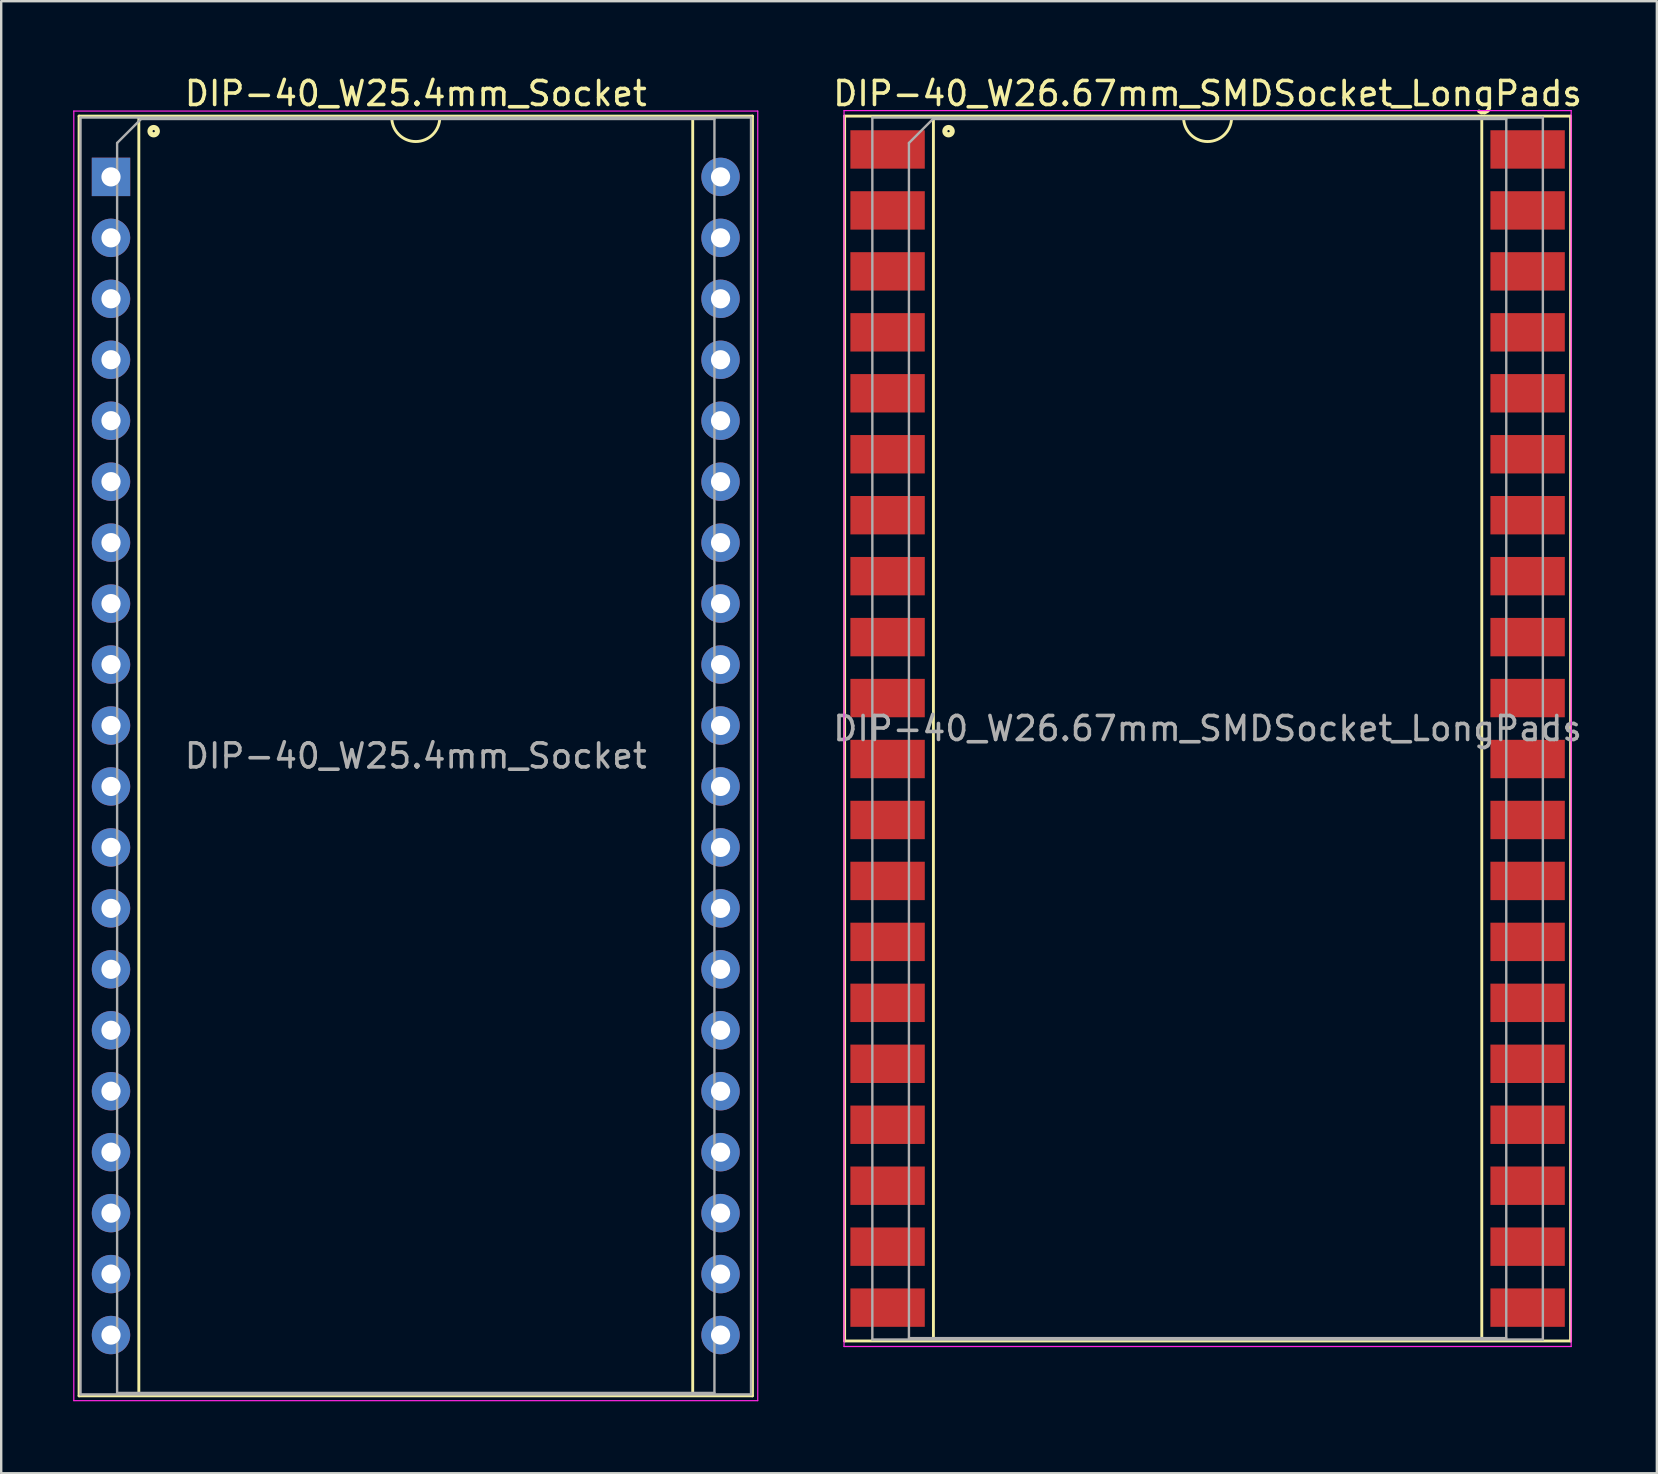
<source format=kicad_pcb>
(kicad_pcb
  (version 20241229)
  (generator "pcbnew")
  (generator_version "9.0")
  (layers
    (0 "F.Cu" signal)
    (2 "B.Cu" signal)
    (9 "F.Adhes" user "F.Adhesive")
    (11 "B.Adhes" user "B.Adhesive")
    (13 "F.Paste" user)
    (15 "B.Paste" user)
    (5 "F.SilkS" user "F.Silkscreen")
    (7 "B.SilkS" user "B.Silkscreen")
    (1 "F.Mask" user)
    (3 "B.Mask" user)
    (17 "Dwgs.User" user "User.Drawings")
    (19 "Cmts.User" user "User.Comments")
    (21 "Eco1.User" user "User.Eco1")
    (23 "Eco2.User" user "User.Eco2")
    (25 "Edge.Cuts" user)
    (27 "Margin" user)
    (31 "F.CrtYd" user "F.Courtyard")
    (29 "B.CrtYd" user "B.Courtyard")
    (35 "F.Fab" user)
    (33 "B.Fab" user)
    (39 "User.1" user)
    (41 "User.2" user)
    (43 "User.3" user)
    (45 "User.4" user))
  (footprint "DIP-40_W25.4mm_Socket"
    (layer "F.Cu")
    (at 1.575 4.321)
    (property "Reference" "DIP-40_W25.4mm_Socket" (at 12.7 -3.473 0) (layer "F.SilkS") (effects (font (size 1 1) (thickness 0.15))))
    (attr through_hole)
    (fp_line (start -1.33 -2.533) (end -1.33 50.793) (stroke (width 0.12) (type solid)) (layer "F.SilkS"))
    (fp_line (start -1.33 50.793) (end 26.73 50.793) (stroke (width 0.12) (type solid)) (layer "F.SilkS"))
    (fp_line (start 1.16 -2.473) (end 1.16 50.733) (stroke (width 0.12) (type solid)) (layer "F.SilkS"))
    (fp_line (start 1.16 50.733) (end 24.24 50.733) (stroke (width 0.12) (type solid)) (layer "F.SilkS"))
    (fp_line (start 11.7 -2.473) (end 1.16 -2.473) (stroke (width 0.12) (type solid)) (layer "F.SilkS"))
    (fp_line (start 24.24 -2.473) (end 13.7 -2.473) (stroke (width 0.12) (type solid)) (layer "F.SilkS"))
    (fp_line (start 24.24 50.733) (end 24.24 -2.473) (stroke (width 0.12) (type solid)) (layer "F.SilkS"))
    (fp_line (start 26.73 -2.533) (end -1.33 -2.533) (stroke (width 0.12) (type solid)) (layer "F.SilkS"))
    (fp_line (start 26.73 50.793) (end 26.73 -2.533) (stroke (width 0.12) (type solid)) (layer "F.SilkS"))
    (fp_arc (start 13.7 -2.473) (mid 12.7 -1.473) (end 11.7 -2.473) (stroke (width 0.12) (type solid)) (layer "F.SilkS"))
    (fp_circle (center 1.778 -1.905) (end 1.828 -1.905) (stroke (width 0.12) (type solid)) (fill no) (layer "F.SilkS"))
    (fp_circle (center 1.778 -1.905) (end 1.903 -1.905) (stroke (width 0.12) (type solid)) (fill no) (layer "F.SilkS"))
    (fp_circle (center 1.778 -1.905) (end 1.978 -1.905) (stroke (width 0.12) (type solid)) (fill no) (layer "F.SilkS"))
    (fp_line (start -1.55 -2.743) (end -1.55 50.993) (stroke (width 0.05) (type solid)) (layer "F.CrtYd"))
    (fp_line (start -1.55 50.993) (end 26.95 50.993) (stroke (width 0.05) (type solid)) (layer "F.CrtYd"))
    (fp_line (start 26.95 -2.743) (end -1.55 -2.743) (stroke (width 0.05) (type solid)) (layer "F.CrtYd"))
    (fp_line (start 26.95 50.993) (end 26.95 -2.743) (stroke (width 0.05) (type solid)) (layer "F.CrtYd"))
    (fp_line (start -1.27 -2.473) (end -1.27 50.733) (stroke (width 0.1) (type solid)) (layer "F.Fab"))
    (fp_line (start -1.27 50.733) (end 26.67 50.733) (stroke (width 0.1) (type solid)) (layer "F.Fab"))
    (fp_line (start 0.255 -1.413) (end 1.255 -2.413) (stroke (width 0.1) (type solid)) (layer "F.Fab"))
    (fp_line (start 0.255 50.673) (end 0.255 -1.413) (stroke (width 0.1) (type solid)) (layer "F.Fab"))
    (fp_line (start 1.255 -2.413) (end 25.145 -2.413) (stroke (width 0.1) (type solid)) (layer "F.Fab"))
    (fp_line (start 25.145 -2.413) (end 25.145 50.673) (stroke (width 0.1) (type solid)) (layer "F.Fab"))
    (fp_line (start 25.145 50.673) (end 0.255 50.673) (stroke (width 0.1) (type solid)) (layer "F.Fab"))
    (fp_line (start 26.67 -2.473) (end -1.27 -2.473) (stroke (width 0.1) (type solid)) (layer "F.Fab"))
    (fp_line (start 26.67 50.733) (end 26.67 -2.473) (stroke (width 0.1) (type solid)) (layer "F.Fab"))
    (fp_text user "${REFERENCE}" (at 12.7 24.13 0) (layer "F.Fab") (effects (font (size 1 1) (thickness 0.15))))
    (pad "1" thru_hole rect (at 0 0) (size 1.6 1.6) (drill 0.8) (layers "*.Cu" "*.Mask"))
    (pad "2" thru_hole oval (at 0 2.54) (size 1.6 1.6) (drill 0.8) (layers "*.Cu" "*.Mask"))
    (pad "3" thru_hole oval (at 0 5.08) (size 1.6 1.6) (drill 0.8) (layers "*.Cu" "*.Mask"))
    (pad "4" thru_hole oval (at 0 7.62) (size 1.6 1.6) (drill 0.8) (layers "*.Cu" "*.Mask"))
    (pad "5" thru_hole oval (at 0 10.16) (size 1.6 1.6) (drill 0.8) (layers "*.Cu" "*.Mask"))
    (pad "6" thru_hole oval (at 0 12.7) (size 1.6 1.6) (drill 0.8) (layers "*.Cu" "*.Mask"))
    (pad "7" thru_hole oval (at 0 15.24) (size 1.6 1.6) (drill 0.8) (layers "*.Cu" "*.Mask"))
    (pad "8" thru_hole oval (at 0 17.78) (size 1.6 1.6) (drill 0.8) (layers "*.Cu" "*.Mask"))
    (pad "9" thru_hole oval (at 0 20.32) (size 1.6 1.6) (drill 0.8) (layers "*.Cu" "*.Mask"))
    (pad "10" thru_hole oval (at 0 22.86) (size 1.6 1.6) (drill 0.8) (layers "*.Cu" "*.Mask"))
    (pad "11" thru_hole oval (at 0 25.4) (size 1.6 1.6) (drill 0.8) (layers "*.Cu" "*.Mask"))
    (pad "12" thru_hole oval (at 0 27.94) (size 1.6 1.6) (drill 0.8) (layers "*.Cu" "*.Mask"))
    (pad "13" thru_hole oval (at 0 30.48) (size 1.6 1.6) (drill 0.8) (layers "*.Cu" "*.Mask"))
    (pad "14" thru_hole oval (at 0 33.02) (size 1.6 1.6) (drill 0.8) (layers "*.Cu" "*.Mask"))
    (pad "15" thru_hole oval (at 0 35.56) (size 1.6 1.6) (drill 0.8) (layers "*.Cu" "*.Mask"))
    (pad "16" thru_hole oval (at 0 38.1) (size 1.6 1.6) (drill 0.8) (layers "*.Cu" "*.Mask"))
    (pad "17" thru_hole oval (at 0 40.64) (size 1.6 1.6) (drill 0.8) (layers "*.Cu" "*.Mask"))
    (pad "18" thru_hole oval (at 0 43.18) (size 1.6 1.6) (drill 0.8) (layers "*.Cu" "*.Mask"))
    (pad "19" thru_hole oval (at 0 45.72) (size 1.6 1.6) (drill 0.8) (layers "*.Cu" "*.Mask"))
    (pad "20" thru_hole oval (at 0 48.26) (size 1.6 1.6) (drill 0.8) (layers "*.Cu" "*.Mask"))
    (pad "21" thru_hole oval (at 25.4 48.26) (size 1.6 1.6) (drill 0.8) (layers "*.Cu" "*.Mask"))
    (pad "22" thru_hole oval (at 25.4 45.72) (size 1.6 1.6) (drill 0.8) (layers "*.Cu" "*.Mask"))
    (pad "23" thru_hole oval (at 25.4 43.18) (size 1.6 1.6) (drill 0.8) (layers "*.Cu" "*.Mask"))
    (pad "24" thru_hole oval (at 25.4 40.64) (size 1.6 1.6) (drill 0.8) (layers "*.Cu" "*.Mask"))
    (pad "25" thru_hole oval (at 25.4 38.1) (size 1.6 1.6) (drill 0.8) (layers "*.Cu" "*.Mask"))
    (pad "26" thru_hole oval (at 25.4 35.56) (size 1.6 1.6) (drill 0.8) (layers "*.Cu" "*.Mask"))
    (pad "27" thru_hole oval (at 25.4 33.02) (size 1.6 1.6) (drill 0.8) (layers "*.Cu" "*.Mask"))
    (pad "28" thru_hole oval (at 25.4 30.48) (size 1.6 1.6) (drill 0.8) (layers "*.Cu" "*.Mask"))
    (pad "29" thru_hole oval (at 25.4 27.94) (size 1.6 1.6) (drill 0.8) (layers "*.Cu" "*.Mask"))
    (pad "30" thru_hole oval (at 25.4 25.4) (size 1.6 1.6) (drill 0.8) (layers "*.Cu" "*.Mask"))
    (pad "31" thru_hole oval (at 25.4 22.86) (size 1.6 1.6) (drill 0.8) (layers "*.Cu" "*.Mask"))
    (pad "32" thru_hole oval (at 25.4 20.32) (size 1.6 1.6) (drill 0.8) (layers "*.Cu" "*.Mask"))
    (pad "33" thru_hole oval (at 25.4 17.78) (size 1.6 1.6) (drill 0.8) (layers "*.Cu" "*.Mask"))
    (pad "34" thru_hole oval (at 25.4 15.24) (size 1.6 1.6) (drill 0.8) (layers "*.Cu" "*.Mask"))
    (pad "35" thru_hole oval (at 25.4 12.7) (size 1.6 1.6) (drill 0.8) (layers "*.Cu" "*.Mask"))
    (pad "36" thru_hole oval (at 25.4 10.16) (size 1.6 1.6) (drill 0.8) (layers "*.Cu" "*.Mask"))
    (pad "37" thru_hole oval (at 25.4 7.62) (size 1.6 1.6) (drill 0.8) (layers "*.Cu" "*.Mask"))
    (pad "38" thru_hole oval (at 25.4 5.08) (size 1.6 1.6) (drill 0.8) (layers "*.Cu" "*.Mask"))
    (pad "39" thru_hole oval (at 25.4 2.54) (size 1.6 1.6) (drill 0.8) (layers "*.Cu" "*.Mask"))
    (pad "40" thru_hole oval (at 25.4 0) (size 1.6 1.6) (drill 0.8) (layers "*.Cu" "*.Mask")))
  (footprint "DIP-40_W26.67mm_SMDSocket_LongPads"
    (layer "F.Cu")
    (at 47.27 27.308)
    (property "Reference" "DIP-40_W26.67mm_SMDSocket_LongPads" (at 0 -26.46 0) (layer "F.SilkS") (effects (font (size 1 1) (thickness 0.15))))
    (attr smd)
    (fp_line (start -15.125 -25.52) (end -15.125 25.52) (stroke (width 0.12) (type solid)) (layer "F.SilkS"))
    (fp_line (start -15.125 25.52) (end 15.125 25.52) (stroke (width 0.12) (type solid)) (layer "F.SilkS"))
    (fp_line (start -11.425 -25.46) (end -11.425 25.46) (stroke (width 0.12) (type solid)) (layer "F.SilkS"))
    (fp_line (start -11.425 25.46) (end 11.425 25.46) (stroke (width 0.12) (type solid)) (layer "F.SilkS"))
    (fp_line (start -1 -25.46) (end -11.425 -25.46) (stroke (width 0.12) (type solid)) (layer "F.SilkS"))
    (fp_line (start 11.425 -25.46) (end 1 -25.46) (stroke (width 0.12) (type solid)) (layer "F.SilkS"))
    (fp_line (start 11.425 25.46) (end 11.425 -25.46) (stroke (width 0.12) (type solid)) (layer "F.SilkS"))
    (fp_line (start 15.125 -25.52) (end -15.125 -25.52) (stroke (width 0.12) (type solid)) (layer "F.SilkS"))
    (fp_line (start 15.125 25.52) (end 15.125 -25.52) (stroke (width 0.12) (type solid)) (layer "F.SilkS"))
    (fp_arc (start 1 -25.46) (mid 0 -24.46) (end -1 -25.46) (stroke (width 0.12) (type solid)) (layer "F.SilkS"))
    (fp_circle (center -10.795 -24.892) (end -10.745 -24.892) (stroke (width 0.12) (type solid)) (fill no) (layer "F.SilkS"))
    (fp_circle (center -10.795 -24.892) (end -10.67 -24.892) (stroke (width 0.12) (type solid)) (fill no) (layer "F.SilkS"))
    (fp_circle (center -10.795 -24.892) (end -10.595 -24.892) (stroke (width 0.12) (type solid)) (fill no) (layer "F.SilkS"))
    (fp_line (start -15.15 -25.75) (end -15.15 25.75) (stroke (width 0.05) (type solid)) (layer "F.CrtYd"))
    (fp_line (start -15.15 25.75) (end 15.15 25.75) (stroke (width 0.05) (type solid)) (layer "F.CrtYd"))
    (fp_line (start 15.15 -25.75) (end -15.15 -25.75) (stroke (width 0.05) (type solid)) (layer "F.CrtYd"))
    (fp_line (start 15.15 25.75) (end 15.15 -25.75) (stroke (width 0.05) (type solid)) (layer "F.CrtYd"))
    (fp_line (start -13.97 -25.46) (end -13.97 25.46) (stroke (width 0.1) (type solid)) (layer "F.Fab"))
    (fp_line (start -13.97 25.46) (end 13.97 25.46) (stroke (width 0.1) (type solid)) (layer "F.Fab"))
    (fp_line (start -12.445 -24.4) (end -11.445 -25.4) (stroke (width 0.1) (type solid)) (layer "F.Fab"))
    (fp_line (start -12.445 25.4) (end -12.445 -24.4) (stroke (width 0.1) (type solid)) (layer "F.Fab"))
    (fp_line (start -11.445 -25.4) (end 12.445 -25.4) (stroke (width 0.1) (type solid)) (layer "F.Fab"))
    (fp_line (start 12.445 -25.4) (end 12.445 25.4) (stroke (width 0.1) (type solid)) (layer "F.Fab"))
    (fp_line (start 12.445 25.4) (end -12.445 25.4) (stroke (width 0.1) (type solid)) (layer "F.Fab"))
    (fp_line (start 13.97 -25.46) (end -13.97 -25.46) (stroke (width 0.1) (type solid)) (layer "F.Fab"))
    (fp_line (start 13.97 25.46) (end 13.97 -25.46) (stroke (width 0.1) (type solid)) (layer "F.Fab"))
    (fp_text user "${REFERENCE}" (at 0 0 0) (layer "F.Fab") (effects (font (size 1 1) (thickness 0.15))))
    (pad "1" smd rect (at -13.335 -24.13) (size 3.1 1.6) (layers "F.Cu" "F.Mask" "F.Paste"))
    (pad "2" smd rect (at -13.335 -21.59) (size 3.1 1.6) (layers "F.Cu" "F.Mask" "F.Paste"))
    (pad "3" smd rect (at -13.335 -19.05) (size 3.1 1.6) (layers "F.Cu" "F.Mask" "F.Paste"))
    (pad "4" smd rect (at -13.335 -16.51) (size 3.1 1.6) (layers "F.Cu" "F.Mask" "F.Paste"))
    (pad "5" smd rect (at -13.335 -13.97) (size 3.1 1.6) (layers "F.Cu" "F.Mask" "F.Paste"))
    (pad "6" smd rect (at -13.335 -11.43) (size 3.1 1.6) (layers "F.Cu" "F.Mask" "F.Paste"))
    (pad "7" smd rect (at -13.335 -8.89) (size 3.1 1.6) (layers "F.Cu" "F.Mask" "F.Paste"))
    (pad "8" smd rect (at -13.335 -6.35) (size 3.1 1.6) (layers "F.Cu" "F.Mask" "F.Paste"))
    (pad "9" smd rect (at -13.335 -3.81) (size 3.1 1.6) (layers "F.Cu" "F.Mask" "F.Paste"))
    (pad "10" smd rect (at -13.335 -1.27) (size 3.1 1.6) (layers "F.Cu" "F.Mask" "F.Paste"))
    (pad "11" smd rect (at -13.335 1.27) (size 3.1 1.6) (layers "F.Cu" "F.Mask" "F.Paste"))
    (pad "12" smd rect (at -13.335 3.81) (size 3.1 1.6) (layers "F.Cu" "F.Mask" "F.Paste"))
    (pad "13" smd rect (at -13.335 6.35) (size 3.1 1.6) (layers "F.Cu" "F.Mask" "F.Paste"))
    (pad "14" smd rect (at -13.335 8.89) (size 3.1 1.6) (layers "F.Cu" "F.Mask" "F.Paste"))
    (pad "15" smd rect (at -13.335 11.43) (size 3.1 1.6) (layers "F.Cu" "F.Mask" "F.Paste"))
    (pad "16" smd rect (at -13.335 13.97) (size 3.1 1.6) (layers "F.Cu" "F.Mask" "F.Paste"))
    (pad "17" smd rect (at -13.335 16.51) (size 3.1 1.6) (layers "F.Cu" "F.Mask" "F.Paste"))
    (pad "18" smd rect (at -13.335 19.05) (size 3.1 1.6) (layers "F.Cu" "F.Mask" "F.Paste"))
    (pad "19" smd rect (at -13.335 21.59) (size 3.1 1.6) (layers "F.Cu" "F.Mask" "F.Paste"))
    (pad "20" smd rect (at -13.335 24.13) (size 3.1 1.6) (layers "F.Cu" "F.Mask" "F.Paste"))
    (pad "21" smd rect (at 13.335 24.13) (size 3.1 1.6) (layers "F.Cu" "F.Mask" "F.Paste"))
    (pad "22" smd rect (at 13.335 21.59) (size 3.1 1.6) (layers "F.Cu" "F.Mask" "F.Paste"))
    (pad "23" smd rect (at 13.335 19.05) (size 3.1 1.6) (layers "F.Cu" "F.Mask" "F.Paste"))
    (pad "24" smd rect (at 13.335 16.51) (size 3.1 1.6) (layers "F.Cu" "F.Mask" "F.Paste"))
    (pad "25" smd rect (at 13.335 13.97) (size 3.1 1.6) (layers "F.Cu" "F.Mask" "F.Paste"))
    (pad "26" smd rect (at 13.335 11.43) (size 3.1 1.6) (layers "F.Cu" "F.Mask" "F.Paste"))
    (pad "27" smd rect (at 13.335 8.89) (size 3.1 1.6) (layers "F.Cu" "F.Mask" "F.Paste"))
    (pad "28" smd rect (at 13.335 6.35) (size 3.1 1.6) (layers "F.Cu" "F.Mask" "F.Paste"))
    (pad "29" smd rect (at 13.335 3.81) (size 3.1 1.6) (layers "F.Cu" "F.Mask" "F.Paste"))
    (pad "30" smd rect (at 13.335 1.27) (size 3.1 1.6) (layers "F.Cu" "F.Mask" "F.Paste"))
    (pad "31" smd rect (at 13.335 -1.27) (size 3.1 1.6) (layers "F.Cu" "F.Mask" "F.Paste"))
    (pad "32" smd rect (at 13.335 -3.81) (size 3.1 1.6) (layers "F.Cu" "F.Mask" "F.Paste"))
    (pad "33" smd rect (at 13.335 -6.35) (size 3.1 1.6) (layers "F.Cu" "F.Mask" "F.Paste"))
    (pad "34" smd rect (at 13.335 -8.89) (size 3.1 1.6) (layers "F.Cu" "F.Mask" "F.Paste"))
    (pad "35" smd rect (at 13.335 -11.43) (size 3.1 1.6) (layers "F.Cu" "F.Mask" "F.Paste"))
    (pad "36" smd rect (at 13.335 -13.97) (size 3.1 1.6) (layers "F.Cu" "F.Mask" "F.Paste"))
    (pad "37" smd rect (at 13.335 -16.51) (size 3.1 1.6) (layers "F.Cu" "F.Mask" "F.Paste"))
    (pad "38" smd rect (at 13.335 -19.05) (size 3.1 1.6) (layers "F.Cu" "F.Mask" "F.Paste"))
    (pad "39" smd rect (at 13.335 -21.59) (size 3.1 1.6) (layers "F.Cu" "F.Mask" "F.Paste"))
    (pad "40" smd rect (at 13.335 -24.13) (size 3.1 1.6) (layers "F.Cu" "F.Mask" "F.Paste")))
  (gr_rect
    (start -3 -3)
    (end 65.99 58.339)
    (stroke (width 0.1) (type default))
    (fill no)
    (layer "Edge.Cuts")))
</source>
